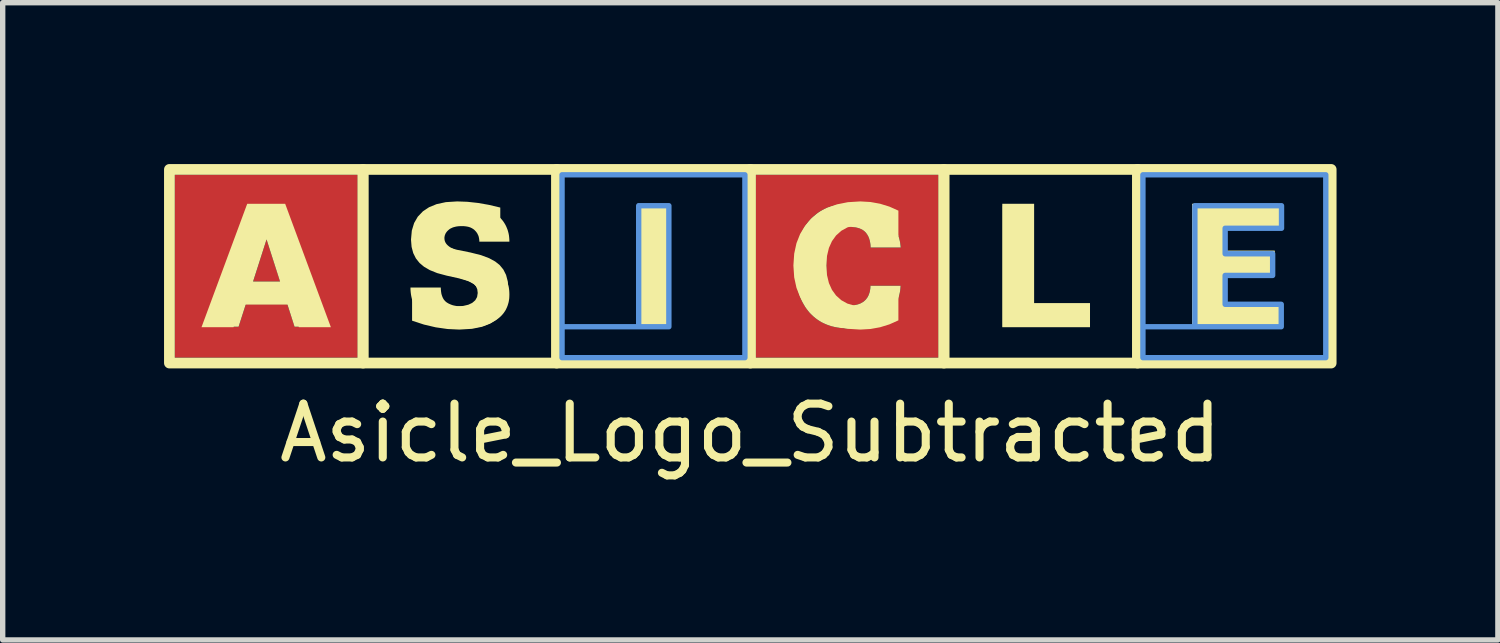
<source format=kicad_pcb>
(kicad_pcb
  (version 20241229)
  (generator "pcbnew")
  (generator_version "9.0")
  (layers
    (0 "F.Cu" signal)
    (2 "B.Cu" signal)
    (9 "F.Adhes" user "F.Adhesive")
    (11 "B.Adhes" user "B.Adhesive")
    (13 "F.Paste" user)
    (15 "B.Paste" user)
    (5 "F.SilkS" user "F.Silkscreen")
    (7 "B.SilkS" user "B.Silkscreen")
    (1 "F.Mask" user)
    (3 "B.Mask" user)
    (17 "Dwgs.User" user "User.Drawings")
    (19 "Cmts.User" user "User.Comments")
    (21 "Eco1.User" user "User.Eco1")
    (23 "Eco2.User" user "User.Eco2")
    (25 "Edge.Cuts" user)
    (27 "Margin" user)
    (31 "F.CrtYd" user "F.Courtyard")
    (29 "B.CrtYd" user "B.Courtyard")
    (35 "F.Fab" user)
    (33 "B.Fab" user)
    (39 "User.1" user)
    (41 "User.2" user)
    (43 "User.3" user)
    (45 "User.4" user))
  (footprint "Asicle_Logo_Subtracted"
    (layer "F.Cu")
    (at 10.9 2)
    (property "Reference" "Asicle_Logo_Subtracted" (at 0 3 0) (layer "F.SilkS") (effects (font (size 1 1) (thickness 0.15))))
    (fp_rect (start -10.8 -1.9) (end 10.8 1.7) (stroke (width 0.05) (type default)) (fill no) (layer "F.Cu"))
    (fp_poly (pts (xy -8.742 0.185) (xy -9.244 0.185) (xy -8.994 -0.598)) (stroke (width 0) (type solid)) (fill yes) (layer "F.Cu"))
    (fp_poly (pts (xy -7.3 1.6) (xy -10.7 1.6) (xy -10.7 1.025) (xy -10.118 1.025) (xy -9.514 1.025) (xy -9.379 0.605) (xy -8.608 0.605) (xy -8.473 1.025) (xy -7.868 1.025) (xy -8.73 -1.225) (xy -9.26 -1.225) (xy -10.118 1.025) (xy -10.7 1.025) (xy -10.7 -1.8) (xy -7.3 -1.8)) (stroke (width 0) (type solid)) (fill yes) (layer "F.Cu"))
    (fp_poly (pts (xy 3.5 1.6) (xy 0.1 1.6) (xy 0.1 -0.014) (xy 0.842 -0.014) (xy 0.844 0.047) (xy 0.848 0.107) (xy 0.853 0.165) (xy 0.861 0.221) (xy 0.871 0.275) (xy 0.882 0.328) (xy 0.896 0.379) (xy 0.912 0.429) (xy 0.929 0.477) (xy 0.949 0.524) (xy 0.97 0.568) (xy 0.994 0.612) (xy 1.019 0.653) (xy 1.047 0.693) (xy 1.076 0.732) (xy 1.108 0.768) (xy 1.141 0.803) (xy 1.176 0.836) (xy 1.212 0.866) (xy 1.25 0.894) (xy 1.29 0.92) (xy 1.331 0.943) (xy 1.374 0.965) (xy 1.418 0.984) (xy 1.464 1.001) (xy 1.512 1.015) (xy 1.561 1.028) (xy 1.612 1.038) (xy 1.664 1.046) (xy 1.718 1.051) (xy 1.774 1.055) (xy 1.831 1.056) (xy 1.884 1.055) (xy 1.936 1.052) (xy 1.986 1.048) (xy 2.035 1.042) (xy 2.083 1.034) (xy 2.13 1.025) (xy 2.175 1.014) (xy 2.219 1.001) (xy 2.261 0.986) (xy 2.302 0.97) (xy 2.342 0.952) (xy 2.38 0.932) (xy 2.417 0.911) (xy 2.453 0.887) (xy 2.487 0.863) (xy 2.52 0.836) (xy 2.551 0.808) (xy 2.581 0.779) (xy 2.608 0.749) (xy 2.634 0.718) (xy 2.658 0.686) (xy 2.68 0.653) (xy 2.7 0.618) (xy 2.718 0.583) (xy 2.734 0.547) (xy 2.748 0.509) (xy 2.761 0.471) (xy 2.772 0.431) (xy 2.78 0.391) (xy 2.787 0.349) (xy 2.792 0.307) (xy 2.795 0.263) (xy 2.235 0.263) (xy 2.232 0.307) (xy 2.229 0.329) (xy 2.226 0.349) (xy 2.222 0.369) (xy 2.217 0.388) (xy 2.212 0.406) (xy 2.205 0.424) (xy 2.198 0.441) (xy 2.19 0.457) (xy 2.182 0.472) (xy 2.173 0.487) (xy 2.163 0.501) (xy 2.152 0.514) (xy 2.14 0.527) (xy 2.128 0.539) (xy 2.115 0.55) (xy 2.101 0.56) (xy 2.087 0.57) (xy 2.072 0.579) (xy 2.056 0.587) (xy 2.039 0.595) (xy 2.021 0.602) (xy 2.003 0.608) (xy 1.984 0.613) (xy 1.964 0.618) (xy 1.944 0.622) (xy 1.923 0.625) (xy 1.878 0.629) (xy 1.831 0.631) (xy 1.803 0.63) (xy 1.775 0.628) (xy 1.749 0.625) (xy 1.737 0.623) (xy 1.725 0.621) (xy 1.712 0.619) (xy 1.701 0.616) (xy 1.689 0.613) (xy 1.678 0.609) (xy 1.667 0.605) (xy 1.656 0.601) (xy 1.645 0.597) (xy 1.635 0.592) (xy 1.625 0.587) (xy 1.616 0.582) (xy 1.606 0.576) (xy 1.597 0.571) (xy 1.588 0.564) (xy 1.579 0.558) (xy 1.571 0.551) (xy 1.563 0.544) (xy 1.555 0.537) (xy 1.547 0.529) (xy 1.54 0.521) (xy 1.533 0.513) (xy 1.526 0.504) (xy 1.519 0.495) (xy 1.513 0.486) (xy 1.507 0.476) (xy 1.496 0.456) (xy 1.485 0.434) (xy 1.475 0.411) (xy 1.466 0.386) (xy 1.457 0.359) (xy 1.45 0.331) (xy 1.443 0.301) (xy 1.436 0.27) (xy 1.431 0.237) (xy 1.426 0.202) (xy 1.422 0.166) (xy 1.418 0.128) (xy 1.416 0.089) (xy 1.414 0.048) (xy 1.413 -0.038) (xy 1.413 -0.176) (xy 1.413 -0.219) (xy 1.415 -0.261) (xy 1.417 -0.301) (xy 1.42 -0.339) (xy 1.423 -0.376) (xy 1.428 -0.412) (xy 1.433 -0.446) (xy 1.439 -0.478) (xy 1.446 -0.509) (xy 1.453 -0.538) (xy 1.462 -0.565) (xy 1.471 -0.591) (xy 1.481 -0.616) (xy 1.491 -0.639) (xy 1.503 -0.66) (xy 1.515 -0.68) (xy 1.528 -0.698) (xy 1.542 -0.716) (xy 1.557 -0.732) (xy 1.572 -0.747) (xy 1.588 -0.76) (xy 1.606 -0.773) (xy 1.624 -0.784) (xy 1.642 -0.794) (xy 1.662 -0.803) (xy 1.683 -0.811) (xy 1.704 -0.818) (xy 1.726 -0.823) (xy 1.749 -0.827) (xy 1.773 -0.83) (xy 1.797 -0.832) (xy 1.823 -0.833) (xy 1.85 -0.832) (xy 1.877 -0.831) (xy 1.902 -0.829) (xy 1.927 -0.827) (xy 1.95 -0.823) (xy 1.972 -0.819) (xy 1.994 -0.814) (xy 2.014 -0.808) (xy 2.033 -0.802) (xy 2.051 -0.795) (xy 2.069 -0.787) (xy 2.085 -0.778) (xy 2.1 -0.769) (xy 2.114 -0.758) (xy 2.127 -0.747) (xy 2.139 -0.735) (xy 2.15 -0.723) (xy 2.161 -0.71) (xy 2.17 -0.696) (xy 2.18 -0.681) (xy 2.188 -0.666) (xy 2.196 -0.649) (xy 2.203 -0.633) (xy 2.21 -0.615) (xy 2.216 -0.597) (xy 2.221 -0.578) (xy 2.225 -0.558) (xy 2.229 -0.537) (xy 2.232 -0.516) (xy 2.235 -0.494) (xy 2.237 -0.472) (xy 2.238 -0.448) (xy 2.799 -0.448) (xy 2.794 -0.492) (xy 2.787 -0.534) (xy 2.779 -0.575) (xy 2.769 -0.616) (xy 2.758 -0.655) (xy 2.745 -0.694) (xy 2.73 -0.732) (xy 2.714 -0.768) (xy 2.696 -0.804) (xy 2.676 -0.839) (xy 2.655 -0.873) (xy 2.632 -0.905) (xy 2.607 -0.937) (xy 2.581 -0.968) (xy 2.553 -0.998) (xy 2.523 -1.027) (xy 2.492 -1.055) (xy 2.459 -1.081) (xy 2.424 -1.106) (xy 2.388 -1.128) (xy 2.35 -1.149) (xy 2.31 -1.168) (xy 2.269 -1.185) (xy 2.226 -1.2) (xy 2.182 -1.214) (xy 2.135 -1.225) (xy 2.088 -1.235) (xy 2.038 -1.243) (xy 1.987 -1.25) (xy 1.934 -1.254) (xy 1.879 -1.257) (xy 1.823 -1.258) (xy 1.823 -1.258) (xy 1.768 -1.257) (xy 1.715 -1.253) (xy 1.663 -1.247) (xy 1.612 -1.239) (xy 1.563 -1.229) (xy 1.515 -1.216) (xy 1.468 -1.201) (xy 1.423 -1.184) (xy 1.379 -1.164) (xy 1.336 -1.142) (xy 1.295 -1.118) (xy 1.255 -1.092) (xy 1.217 -1.063) (xy 1.18 -1.032) (xy 1.144 -0.998) (xy 1.11 -0.962) (xy 1.077 -0.925) (xy 1.047 -0.886) (xy 1.019 -0.845) (xy 0.993 -0.802) (xy 0.969 -0.758) (xy 0.947 -0.712) (xy 0.927 -0.664) (xy 0.909 -0.615) (xy 0.893 -0.564) (xy 0.88 -0.511) (xy 0.868 -0.457) (xy 0.859 -0.401) (xy 0.851 -0.343) (xy 0.846 -0.284) (xy 0.843 -0.223) (xy 0.842 -0.16) (xy 0.842 -0.014) (xy 0.1 -0.014) (xy 0.1 -1.8) (xy 3.5 -1.8)) (stroke (width 0) (type solid)) (fill yes) (layer "F.Cu"))
    (fp_poly (pts (xy 7.1 1.6) (xy 3.7 1.6) (xy 3.7 -1.225) (xy 4.695 -1.225) (xy 4.695 1.025) (xy 6.237 1.025) (xy 6.237 0.608) (xy 5.258 0.608) (xy 5.258 -1.225) (xy 4.695 -1.225) (xy 3.7 -1.225) (xy 3.7 -1.8) (xy 7.1 -1.8)) (stroke (width 0) (type solid)) (fill yes) (layer "F.Mask"))
    (fp_poly (pts (xy 3.5 1.6) (xy 0.1 1.6) (xy 0.1 -0.014) (xy 0.842 -0.014) (xy 0.844 0.047) (xy 0.848 0.107) (xy 0.853 0.165) (xy 0.861 0.221) (xy 0.871 0.275) (xy 0.882 0.328) (xy 0.896 0.379) (xy 0.912 0.429) (xy 0.929 0.477) (xy 0.949 0.524) (xy 0.97 0.568) (xy 0.994 0.612) (xy 1.019 0.653) (xy 1.047 0.693) (xy 1.076 0.732) (xy 1.108 0.768) (xy 1.141 0.803) (xy 1.176 0.836) (xy 1.212 0.866) (xy 1.25 0.894) (xy 1.29 0.92) (xy 1.331 0.943) (xy 1.374 0.965) (xy 1.418 0.984) (xy 1.464 1.001) (xy 1.512 1.015) (xy 1.561 1.028) (xy 1.612 1.038) (xy 1.664 1.046) (xy 1.718 1.051) (xy 1.774 1.055) (xy 1.831 1.056) (xy 1.884 1.055) (xy 1.936 1.052) (xy 1.986 1.048) (xy 2.035 1.042) (xy 2.083 1.034) (xy 2.13 1.025) (xy 2.175 1.014) (xy 2.219 1.001) (xy 2.261 0.986) (xy 2.302 0.97) (xy 2.342 0.952) (xy 2.38 0.932) (xy 2.417 0.911) (xy 2.453 0.887) (xy 2.487 0.863) (xy 2.52 0.836) (xy 2.551 0.808) (xy 2.581 0.779) (xy 2.608 0.749) (xy 2.634 0.718) (xy 2.658 0.686) (xy 2.68 0.653) (xy 2.7 0.618) (xy 2.718 0.583) (xy 2.734 0.547) (xy 2.748 0.509) (xy 2.761 0.471) (xy 2.772 0.431) (xy 2.78 0.391) (xy 2.787 0.349) (xy 2.792 0.307) (xy 2.795 0.263) (xy 2.235 0.263) (xy 2.232 0.307) (xy 2.229 0.329) (xy 2.226 0.349) (xy 2.222 0.369) (xy 2.217 0.388) (xy 2.212 0.406) (xy 2.205 0.424) (xy 2.198 0.441) (xy 2.19 0.457) (xy 2.182 0.472) (xy 2.173 0.487) (xy 2.163 0.501) (xy 2.152 0.514) (xy 2.14 0.527) (xy 2.128 0.539) (xy 2.115 0.55) (xy 2.101 0.56) (xy 2.087 0.57) (xy 2.072 0.579) (xy 2.056 0.587) (xy 2.039 0.595) (xy 2.021 0.602) (xy 2.003 0.608) (xy 1.984 0.613) (xy 1.964 0.618) (xy 1.944 0.622) (xy 1.923 0.625) (xy 1.878 0.629) (xy 1.831 0.631) (xy 1.803 0.63) (xy 1.775 0.628) (xy 1.749 0.625) (xy 1.737 0.623) (xy 1.725 0.621) (xy 1.712 0.619) (xy 1.701 0.616) (xy 1.689 0.613) (xy 1.678 0.609) (xy 1.667 0.605) (xy 1.656 0.601) (xy 1.645 0.597) (xy 1.635 0.592) (xy 1.625 0.587) (xy 1.616 0.582) (xy 1.606 0.576) (xy 1.597 0.571) (xy 1.588 0.564) (xy 1.579 0.558) (xy 1.571 0.551) (xy 1.563 0.544) (xy 1.555 0.537) (xy 1.547 0.529) (xy 1.54 0.521) (xy 1.533 0.513) (xy 1.526 0.504) (xy 1.519 0.495) (xy 1.513 0.486) (xy 1.507 0.476) (xy 1.496 0.456) (xy 1.485 0.434) (xy 1.475 0.411) (xy 1.466 0.386) (xy 1.457 0.359) (xy 1.45 0.331) (xy 1.443 0.301) (xy 1.436 0.27) (xy 1.431 0.237) (xy 1.426 0.202) (xy 1.422 0.166) (xy 1.418 0.128) (xy 1.416 0.089) (xy 1.414 0.048) (xy 1.413 -0.038) (xy 1.413 -0.176) (xy 1.413 -0.219) (xy 1.415 -0.261) (xy 1.417 -0.301) (xy 1.42 -0.339) (xy 1.423 -0.376) (xy 1.428 -0.412) (xy 1.433 -0.446) (xy 1.439 -0.478) (xy 1.446 -0.509) (xy 1.453 -0.538) (xy 1.462 -0.565) (xy 1.471 -0.591) (xy 1.481 -0.616) (xy 1.491 -0.639) (xy 1.503 -0.66) (xy 1.515 -0.68) (xy 1.528 -0.698) (xy 1.542 -0.716) (xy 1.557 -0.732) (xy 1.572 -0.747) (xy 1.588 -0.76) (xy 1.606 -0.773) (xy 1.624 -0.784) (xy 1.642 -0.794) (xy 1.662 -0.803) (xy 1.683 -0.811) (xy 1.704 -0.818) (xy 1.726 -0.823) (xy 1.749 -0.827) (xy 1.773 -0.83) (xy 1.797 -0.832) (xy 1.823 -0.833) (xy 1.85 -0.832) (xy 1.877 -0.831) (xy 1.902 -0.829) (xy 1.927 -0.827) (xy 1.95 -0.823) (xy 1.972 -0.819) (xy 1.994 -0.814) (xy 2.014 -0.808) (xy 2.033 -0.802) (xy 2.051 -0.795) (xy 2.069 -0.787) (xy 2.085 -0.778) (xy 2.1 -0.769) (xy 2.114 -0.758) (xy 2.127 -0.747) (xy 2.139 -0.735) (xy 2.15 -0.723) (xy 2.161 -0.71) (xy 2.17 -0.696) (xy 2.18 -0.681) (xy 2.188 -0.666) (xy 2.196 -0.649) (xy 2.203 -0.633) (xy 2.21 -0.615) (xy 2.216 -0.597) (xy 2.221 -0.578) (xy 2.225 -0.558) (xy 2.229 -0.537) (xy 2.232 -0.516) (xy 2.235 -0.494) (xy 2.237 -0.472) (xy 2.238 -0.448) (xy 2.799 -0.448) (xy 2.794 -0.492) (xy 2.787 -0.534) (xy 2.779 -0.575) (xy 2.769 -0.616) (xy 2.758 -0.655) (xy 2.745 -0.694) (xy 2.73 -0.732) (xy 2.714 -0.768) (xy 2.696 -0.804) (xy 2.676 -0.839) (xy 2.655 -0.873) (xy 2.632 -0.905) (xy 2.607 -0.937) (xy 2.581 -0.968) (xy 2.553 -0.998) (xy 2.523 -1.027) (xy 2.492 -1.055) (xy 2.459 -1.081) (xy 2.424 -1.106) (xy 2.388 -1.128) (xy 2.35 -1.149) (xy 2.31 -1.168) (xy 2.269 -1.185) (xy 2.226 -1.2) (xy 2.182 -1.214) (xy 2.135 -1.225) (xy 2.088 -1.235) (xy 2.038 -1.243) (xy 1.987 -1.25) (xy 1.934 -1.254) (xy 1.879 -1.257) (xy 1.823 -1.258) (xy 1.823 -1.258) (xy 1.768 -1.257) (xy 1.715 -1.253) (xy 1.663 -1.247) (xy 1.612 -1.239) (xy 1.563 -1.229) (xy 1.515 -1.216) (xy 1.468 -1.201) (xy 1.423 -1.184) (xy 1.379 -1.164) (xy 1.336 -1.142) (xy 1.295 -1.118) (xy 1.255 -1.092) (xy 1.217 -1.063) (xy 1.18 -1.032) (xy 1.144 -0.998) (xy 1.11 -0.962) (xy 1.077 -0.925) (xy 1.047 -0.886) (xy 1.019 -0.845) (xy 0.993 -0.802) (xy 0.969 -0.758) (xy 0.947 -0.712) (xy 0.927 -0.664) (xy 0.909 -0.615) (xy 0.893 -0.564) (xy 0.88 -0.511) (xy 0.868 -0.457) (xy 0.859 -0.401) (xy 0.851 -0.343) (xy 0.846 -0.284) (xy 0.843 -0.223) (xy 0.842 -0.16) (xy 0.842 -0.014) (xy 0.1 -0.014) (xy 0.1 -1.8) (xy 3.5 -1.8)) (stroke (width 0) (type solid)) (fill yes) (layer "F.Mask"))
    (fp_poly (pts (xy -3.7 1.6) (xy -7.1 1.6) (xy -7.1 0.296) (xy -6.318 0.296) (xy -6.318 0.329) (xy -6.316 0.361) (xy -6.313 0.392) (xy -6.309 0.422) (xy -6.304 0.452) (xy -6.298 0.481) (xy -6.291 0.51) (xy -6.282 0.537) (xy -6.273 0.564) (xy -6.262 0.59) (xy -6.25 0.615) (xy -6.237 0.639) (xy -6.223 0.663) (xy -6.208 0.686) (xy -6.191 0.708) (xy -6.174 0.73) (xy -6.156 0.75) (xy -6.137 0.77) (xy -6.117 0.79) (xy -6.097 0.808) (xy -6.076 0.826) (xy -6.054 0.844) (xy -6.032 0.86) (xy -6.01 0.876) (xy -5.986 0.891) (xy -5.962 0.906) (xy -5.937 0.919) (xy -5.912 0.932) (xy -5.886 0.945) (xy -5.86 0.956) (xy -5.833 0.967) (xy -5.805 0.977) (xy -5.749 0.996) (xy -5.692 1.012) (xy -5.635 1.025) (xy -5.577 1.036) (xy -5.518 1.045) (xy -5.46 1.051) (xy -5.4 1.055) (xy -5.34 1.056) (xy -5.292 1.055) (xy -5.245 1.053) (xy -5.199 1.05) (xy -5.155 1.046) (xy -5.111 1.04) (xy -5.069 1.033) (xy -5.028 1.024) (xy -4.988 1.015) (xy -4.95 1.004) (xy -4.913 0.992) (xy -4.876 0.978) (xy -4.842 0.964) (xy -4.808 0.948) (xy -4.775 0.93) (xy -4.744 0.912) (xy -4.714 0.892) (xy -4.686 0.871) (xy -4.659 0.849) (xy -4.634 0.826) (xy -4.611 0.801) (xy -4.59 0.776) (xy -4.571 0.749) (xy -4.553 0.722) (xy -4.537 0.693) (xy -4.524 0.663) (xy -4.512 0.632) (xy -4.501 0.6) (xy -4.493 0.567) (xy -4.487 0.533) (xy -4.482 0.498) (xy -4.479 0.461) (xy -4.478 0.424) (xy -4.479 0.389) (xy -4.482 0.355) (xy -4.486 0.321) (xy -4.491 0.289) (xy -4.498 0.257) (xy -4.507 0.226) (xy -4.518 0.197) (xy -4.53 0.168) (xy -4.543 0.14) (xy -4.559 0.113) (xy -4.575 0.086) (xy -4.594 0.061) (xy -4.614 0.036) (xy -4.636 0.013) (xy -4.659 -0.01) (xy -4.684 -0.032) (xy -4.71 -0.053) (xy -4.737 -0.074) (xy -4.766 -0.095) (xy -4.796 -0.115) (xy -4.827 -0.134) (xy -4.86 -0.153) (xy -4.894 -0.172) (xy -4.929 -0.19) (xy -4.966 -0.208) (xy -5.004 -0.225) (xy -5.043 -0.242) (xy -5.083 -0.258) (xy -5.125 -0.274) (xy -5.168 -0.29) (xy -5.259 -0.319) (xy -5.308 -0.335) (xy -5.354 -0.351) (xy -5.397 -0.367) (xy -5.438 -0.383) (xy -5.475 -0.399) (xy -5.511 -0.416) (xy -5.543 -0.433) (xy -5.558 -0.441) (xy -5.573 -0.449) (xy -5.587 -0.458) (xy -5.6 -0.467) (xy -5.612 -0.477) (xy -5.623 -0.486) (xy -5.633 -0.496) (xy -5.642 -0.506) (xy -5.651 -0.516) (xy -5.658 -0.527) (xy -5.665 -0.538) (xy -5.671 -0.549) (xy -5.676 -0.56) (xy -5.68 -0.571) (xy -5.683 -0.583) (xy -5.685 -0.595) (xy -5.686 -0.607) (xy -5.687 -0.619) (xy -5.686 -0.631) (xy -5.685 -0.642) (xy -5.684 -0.653) (xy -5.682 -0.664) (xy -5.679 -0.675) (xy -5.675 -0.685) (xy -5.671 -0.696) (xy -5.666 -0.706) (xy -5.661 -0.715) (xy -5.655 -0.725) (xy -5.648 -0.735) (xy -5.641 -0.744) (xy -5.633 -0.753) (xy -5.624 -0.762) (xy -5.615 -0.77) (xy -5.605 -0.779) (xy -5.594 -0.787) (xy -5.583 -0.795) (xy -5.572 -0.802) (xy -5.559 -0.808) (xy -5.546 -0.814) (xy -5.533 -0.82) (xy -5.518 -0.825) (xy -5.503 -0.83) (xy -5.488 -0.833) (xy -5.472 -0.837) (xy -5.455 -0.84) (xy -5.438 -0.842) (xy -5.42 -0.844) (xy -5.401 -0.845) (xy -5.382 -0.846) (xy -5.363 -0.846) (xy -5.343 -0.846) (xy -5.323 -0.845) (xy -5.304 -0.844) (xy -5.286 -0.841) (xy -5.269 -0.838) (xy -5.252 -0.835) (xy -5.236 -0.831) (xy -5.22 -0.826) (xy -5.205 -0.821) (xy -5.191 -0.815) (xy -5.177 -0.808) (xy -5.164 -0.801) (xy -5.152 -0.793) (xy -5.141 -0.784) (xy -5.13 -0.775) (xy -5.119 -0.765) (xy -5.109 -0.754) (xy -5.1 -0.744) (xy -5.091 -0.733) (xy -5.083 -0.722) (xy -5.076 -0.71) (xy -5.069 -0.698) (xy -5.063 -0.685) (xy -5.058 -0.673) (xy -5.053 -0.66) (xy -5.049 -0.646) (xy -5.046 -0.632) (xy -5.043 -0.618) (xy -5.04 -0.603) (xy -5.039 -0.588) (xy -5.038 -0.573) (xy -5.038 -0.557) (xy -4.478 -0.557) (xy -4.479 -0.597) (xy -4.482 -0.635) (xy -4.487 -0.672) (xy -4.494 -0.709) (xy -4.502 -0.744) (xy -4.513 -0.778) (xy -4.525 -0.812) (xy -4.54 -0.844) (xy -4.556 -0.875) (xy -4.574 -0.905) (xy -4.594 -0.935) (xy -4.616 -0.963) (xy -4.64 -0.99) (xy -4.666 -1.016) (xy -4.694 -1.042) (xy -4.723 -1.066) (xy -4.754 -1.089) (xy -4.786 -1.111) (xy -4.82 -1.131) (xy -4.854 -1.149) (xy -4.889 -1.166) (xy -4.926 -1.182) (xy -4.963 -1.196) (xy -5.002 -1.209) (xy -5.042 -1.22) (xy -5.083 -1.229) (xy -5.124 -1.238) (xy -5.167 -1.244) (xy -5.211 -1.249) (xy -5.257 -1.253) (xy -5.303 -1.255) (xy -5.35 -1.256) (xy -5.35 -1.256) (xy -5.398 -1.255) (xy -5.445 -1.253) (xy -5.491 -1.25) (xy -5.536 -1.245) (xy -5.58 -1.239) (xy -5.622 -1.232) (xy -5.664 -1.223) (xy -5.705 -1.213) (xy -5.744 -1.202) (xy -5.783 -1.189) (xy -5.82 -1.175) (xy -5.857 -1.16) (xy -5.892 -1.143) (xy -5.927 -1.125) (xy -5.96 -1.105) (xy -5.993 -1.085) (xy -6.023 -1.063) (xy -6.052 -1.04) (xy -6.079 -1.016) (xy -6.104 -0.991) (xy -6.127 -0.966) (xy -6.148 -0.939) (xy -6.167 -0.912) (xy -6.184 -0.884) (xy -6.199 -0.854) (xy -6.212 -0.824) (xy -6.222 -0.793) (xy -6.231 -0.761) (xy -6.238 -0.728) (xy -6.243 -0.695) (xy -6.246 -0.66) (xy -6.247 -0.624) (xy -6.247 -0.601) (xy -6.246 -0.579) (xy -6.244 -0.557) (xy -6.242 -0.536) (xy -6.238 -0.514) (xy -6.234 -0.494) (xy -6.23 -0.473) (xy -6.224 -0.454) (xy -6.218 -0.434) (xy -6.211 -0.415) (xy -6.203 -0.396) (xy -6.195 -0.378) (xy -6.186 -0.361) (xy -6.176 -0.343) (xy -6.166 -0.326) (xy -6.154 -0.31) (xy -6.142 -0.294) (xy -6.129 -0.278) (xy -6.116 -0.262) (xy -6.102 -0.247) (xy -6.087 -0.232) (xy -6.072 -0.217) (xy -6.056 -0.202) (xy -6.04 -0.188) (xy -6.023 -0.174) (xy -6.005 -0.16) (xy -5.986 -0.146) (xy -5.967 -0.133) (xy -5.948 -0.12) (xy -5.928 -0.107) (xy -5.907 -0.094) (xy -5.885 -0.082) (xy -5.84 -0.057) (xy -5.792 -0.034) (xy -5.741 -0.01) (xy -5.688 0.012) (xy -5.633 0.035) (xy -5.575 0.057) (xy -5.514 0.078) (xy -5.451 0.099) (xy -5.419 0.11) (xy -5.389 0.12) (xy -5.361 0.13) (xy -5.333 0.139) (xy -5.308 0.149) (xy -5.283 0.159) (xy -5.26 0.169) (xy -5.239 0.178) (xy -5.219 0.188) (xy -5.2 0.197) (xy -5.183 0.206) (xy -5.167 0.215) (xy -5.152 0.224) (xy -5.139 0.233) (xy -5.128 0.242) (xy -5.118 0.251) (xy -5.108 0.26) (xy -5.1 0.269) (xy -5.092 0.278) (xy -5.084 0.288) (xy -5.077 0.298) (xy -5.071 0.308) (xy -5.065 0.319) (xy -5.06 0.33) (xy -5.055 0.341) (xy -5.052 0.352) (xy -5.048 0.364) (xy -5.046 0.376) (xy -5.043 0.388) (xy -5.042 0.401) (xy -5.041 0.414) (xy -5.041 0.427) (xy -5.041 0.438) (xy -5.042 0.449) (xy -5.043 0.46) (xy -5.045 0.471) (xy -5.048 0.481) (xy -5.051 0.492) (xy -5.054 0.502) (xy -5.058 0.512) (xy -5.063 0.521) (xy -5.068 0.531) (xy -5.074 0.54) (xy -5.081 0.549) (xy -5.088 0.558) (xy -5.095 0.566) (xy -5.103 0.575) (xy -5.111 0.583) (xy -5.12 0.591) (xy -5.13 0.598) (xy -5.141 0.605) (xy -5.152 0.611) (xy -5.163 0.617) (xy -5.176 0.623) (xy -5.189 0.627) (xy -5.203 0.632) (xy -5.218 0.636) (xy -5.233 0.639) (xy -5.249 0.642) (xy -5.266 0.644) (xy -5.284 0.646) (xy -5.302 0.647) (xy -5.321 0.648) (xy -5.34 0.648) (xy -5.365 0.648) (xy -5.389 0.647) (xy -5.412 0.645) (xy -5.434 0.643) (xy -5.456 0.641) (xy -5.477 0.637) (xy -5.497 0.633) (xy -5.516 0.629) (xy -5.535 0.624) (xy -5.553 0.618) (xy -5.57 0.611) (xy -5.587 0.604) (xy -5.603 0.597) (xy -5.618 0.589) (xy -5.633 0.58) (xy -5.646 0.571) (xy -5.659 0.56) (xy -5.672 0.549) (xy -5.683 0.537) (xy -5.693 0.524) (xy -5.703 0.511) (xy -5.712 0.496) (xy -5.72 0.48) (xy -5.727 0.463) (xy -5.733 0.446) (xy -5.739 0.427) (xy -5.743 0.408) (xy -5.747 0.387) (xy -5.75 0.366) (xy -5.752 0.343) (xy -5.753 0.32) (xy -5.754 0.296) (xy -6.318 0.296) (xy -7.1 0.296) (xy -7.1 -1.8) (xy -3.7 -1.8)) (stroke (width 0) (type solid)) (fill yes) (layer "F.Mask"))
    (fp_rect (start -10.8 -1.9) (end -7.2 1.7) (stroke (width 0.2) (type default)) (fill no) (layer "F.SilkS"))
    (fp_rect (start -7.2 -1.9) (end -3.6 1.7) (stroke (width 0.2) (type default)) (fill no) (layer "F.SilkS"))
    (fp_rect (start -3.6 -1.9) (end 0 1.7) (stroke (width 0.2) (type default)) (fill no) (layer "F.SilkS"))
    (fp_rect (start 0 -1.9) (end 3.6 1.7) (stroke (width 0.2) (type default)) (fill no) (layer "F.SilkS"))
    (fp_rect (start 3.6 -1.9) (end 7.2 1.7) (stroke (width 0.2) (type default)) (fill no) (layer "F.SilkS"))
    (fp_rect (start 7.2 -1.9) (end 10.8 1.7) (stroke (width 0.2) (type default)) (fill no) (layer "F.SilkS"))
    (fp_poly (pts (xy -1.514 1.025) (xy -2.075 1.025) (xy -2.075 -1.225) (xy -1.514 -1.225)) (stroke (width 0) (type solid)) (fill yes) (layer "F.SilkS"))
    (fp_poly (pts (xy 5.257 0.608) (xy 6.237 0.608) (xy 6.237 1.025) (xy 4.695 1.025) (xy 4.695 -1.225) (xy 5.257 -1.225)) (stroke (width 0) (type solid)) (fill yes) (layer "F.SilkS"))
    (fp_poly (pts (xy 9.877 -0.806) (xy 8.828 -0.806) (xy 8.828 -0.332) (xy 9.711 -0.332) (xy 9.711 0.071) (xy 8.828 0.071) (xy 8.828 0.608) (xy 9.872 0.608) (xy 9.872 1.025) (xy 8.266 1.025) (xy 8.266 -1.225) (xy 9.877 -1.225)) (stroke (width 0) (type solid)) (fill yes) (layer "F.SilkS"))
    (fp_poly (pts (xy -7.868 1.025) (xy -8.474 1.025) (xy -8.608 0.605) (xy -9.379 0.605) (xy -9.514 1.025) (xy -10.118 1.025) (xy -9.798 0.186) (xy -9.245 0.186) (xy -8.743 0.186) (xy -8.994 -0.598) (xy -9.245 0.186) (xy -9.798 0.186) (xy -9.261 -1.225) (xy -8.73 -1.225)) (stroke (width 0) (type solid)) (fill yes) (layer "F.SilkS"))
    (fp_poly (pts (xy 1.879 -1.257) (xy 1.933 -1.254) (xy 1.986 -1.25) (xy 2.038 -1.243) (xy 2.087 -1.235) (xy 2.135 -1.225) (xy 2.181 -1.214) (xy 2.226 -1.2) (xy 2.269 -1.185) (xy 2.31 -1.168) (xy 2.35 -1.149) (xy 2.388 -1.128) (xy 2.424 -1.105) (xy 2.459 -1.081) (xy 2.492 -1.055) (xy 2.523 -1.027) (xy 2.552 -0.998) (xy 2.58 -0.968) (xy 2.607 -0.937) (xy 2.631 -0.905) (xy 2.654 -0.872) (xy 2.676 -0.839) (xy 2.695 -0.804) (xy 2.713 -0.768) (xy 2.73 -0.731) (xy 2.745 -0.694) (xy 2.758 -0.655) (xy 2.769 -0.616) (xy 2.779 -0.575) (xy 2.787 -0.534) (xy 2.793 -0.491) (xy 2.798 -0.448) (xy 2.238 -0.448) (xy 2.236 -0.471) (xy 2.235 -0.494) (xy 2.232 -0.516) (xy 2.229 -0.537) (xy 2.225 -0.558) (xy 2.221 -0.577) (xy 2.215 -0.596) (xy 2.21 -0.615) (xy 2.203 -0.632) (xy 2.196 -0.649) (xy 2.188 -0.665) (xy 2.179 -0.681) (xy 2.17 -0.695) (xy 2.16 -0.709) (xy 2.15 -0.723) (xy 2.138 -0.735) (xy 2.126 -0.747) (xy 2.113 -0.758) (xy 2.099 -0.768) (xy 2.084 -0.778) (xy 2.068 -0.787) (xy 2.051 -0.794) (xy 2.033 -0.802) (xy 2.014 -0.808) (xy 1.993 -0.814) (xy 1.972 -0.819) (xy 1.95 -0.823) (xy 1.926 -0.826) (xy 1.902 -0.829) (xy 1.877 -0.831) (xy 1.85 -0.832) (xy 1.823 -0.832) (xy 1.797 -0.832) (xy 1.773 -0.83) (xy 1.749 -0.827) (xy 1.726 -0.823) (xy 1.704 -0.817) (xy 1.693 -0.814) (xy 1.682 -0.811) (xy 1.672 -0.807) (xy 1.662 -0.803) (xy 1.652 -0.799) (xy 1.642 -0.794) (xy 1.633 -0.789) (xy 1.623 -0.784) (xy 1.614 -0.778) (xy 1.605 -0.773) (xy 1.597 -0.766) (xy 1.588 -0.76) (xy 1.58 -0.753) (xy 1.572 -0.746) (xy 1.564 -0.739) (xy 1.556 -0.731) (xy 1.549 -0.723) (xy 1.542 -0.715) (xy 1.534 -0.707) (xy 1.528 -0.698) (xy 1.521 -0.689) (xy 1.515 -0.679) (xy 1.502 -0.66) (xy 1.491 -0.638) (xy 1.48 -0.616) (xy 1.47 -0.591) (xy 1.461 -0.565) (xy 1.453 -0.538) (xy 1.445 -0.508) (xy 1.439 -0.478) (xy 1.433 -0.445) (xy 1.427 -0.412) (xy 1.423 -0.376) (xy 1.419 -0.339) (xy 1.416 -0.301) (xy 1.414 -0.261) (xy 1.412 -0.176) (xy 1.412 -0.038) (xy 1.413 0.006) (xy 1.414 0.048) (xy 1.416 0.089) (xy 1.418 0.129) (xy 1.422 0.166) (xy 1.426 0.202) (xy 1.43 0.237) (xy 1.436 0.27) (xy 1.442 0.301) (xy 1.449 0.331) (xy 1.457 0.359) (xy 1.466 0.386) (xy 1.475 0.411) (xy 1.485 0.434) (xy 1.495 0.456) (xy 1.507 0.477) (xy 1.519 0.495) (xy 1.533 0.513) (xy 1.547 0.529) (xy 1.563 0.544) (xy 1.579 0.558) (xy 1.597 0.571) (xy 1.615 0.582) (xy 1.635 0.592) (xy 1.656 0.602) (xy 1.677 0.609) (xy 1.7 0.616) (xy 1.724 0.621) (xy 1.749 0.626) (xy 1.775 0.629) (xy 1.802 0.631) (xy 1.83 0.631) (xy 1.855 0.631) (xy 1.878 0.63) (xy 1.901 0.628) (xy 1.923 0.625) (xy 1.944 0.622) (xy 1.964 0.618) (xy 1.984 0.613) (xy 2.003 0.608) (xy 2.021 0.602) (xy 2.039 0.595) (xy 2.055 0.588) (xy 2.071 0.579) (xy 2.087 0.57) (xy 2.101 0.561) (xy 2.115 0.55) (xy 2.128 0.539) (xy 2.14 0.527) (xy 2.152 0.515) (xy 2.162 0.501) (xy 2.172 0.487) (xy 2.182 0.473) (xy 2.19 0.457) (xy 2.198 0.441) (xy 2.205 0.424) (xy 2.211 0.406) (xy 2.217 0.388) (xy 2.222 0.369) (xy 2.226 0.349) (xy 2.229 0.329) (xy 2.232 0.308) (xy 2.233 0.286) (xy 2.234 0.263) (xy 2.795 0.263) (xy 2.792 0.307) (xy 2.787 0.35) (xy 2.78 0.391) (xy 2.771 0.432) (xy 2.761 0.471) (xy 2.748 0.51) (xy 2.734 0.547) (xy 2.718 0.583) (xy 2.699 0.619) (xy 2.679 0.653) (xy 2.657 0.686) (xy 2.634 0.718) (xy 2.608 0.749) (xy 2.58 0.779) (xy 2.551 0.808) (xy 2.52 0.836) (xy 2.487 0.863) (xy 2.453 0.888) (xy 2.417 0.911) (xy 2.38 0.932) (xy 2.342 0.952) (xy 2.302 0.97) (xy 2.261 0.986) (xy 2.218 1.001) (xy 2.175 1.014) (xy 2.129 1.025) (xy 2.083 1.034) (xy 2.035 1.042) (xy 1.986 1.048) (xy 1.935 1.052) (xy 1.884 1.055) (xy 1.83 1.056) (xy 1.773 1.055) (xy 1.718 1.051) (xy 1.664 1.046) (xy 1.611 1.038) (xy 1.561 1.028) (xy 1.512 1.016) (xy 1.464 1.001) (xy 1.418 0.984) (xy 1.374 0.965) (xy 1.331 0.944) (xy 1.29 0.92) (xy 1.25 0.894) (xy 1.212 0.866) (xy 1.176 0.836) (xy 1.141 0.803) (xy 1.107 0.769) (xy 1.076 0.732) (xy 1.046 0.693) (xy 1.019 0.654) (xy 0.994 0.612) (xy 0.97 0.569) (xy 0.948 0.524) (xy 0.929 0.477) (xy 0.911 0.429) (xy 0.896 0.38) (xy 0.882 0.328) (xy 0.87 0.276) (xy 0.861 0.221) (xy 0.853 0.165) (xy 0.847 0.107) (xy 0.844 0.048) (xy 0.842 -0.013) (xy 0.842 -0.16) (xy 0.843 -0.223) (xy 0.846 -0.284) (xy 0.851 -0.343) (xy 0.859 -0.401) (xy 0.868 -0.457) (xy 0.879 -0.511) (xy 0.893 -0.564) (xy 0.909 -0.615) (xy 0.927 -0.664) (xy 0.946 -0.712) (xy 0.968 -0.758) (xy 0.992 -0.802) (xy 1.019 -0.844) (xy 1.047 -0.885) (xy 1.077 -0.925) (xy 1.109 -0.962) (xy 1.144 -0.998) (xy 1.18 -1.031) (xy 1.217 -1.062) (xy 1.255 -1.091) (xy 1.295 -1.118) (xy 1.336 -1.142) (xy 1.378 -1.164) (xy 1.422 -1.184) (xy 1.468 -1.201) (xy 1.514 -1.216) (xy 1.562 -1.229) (xy 1.612 -1.239) (xy 1.662 -1.247) (xy 1.714 -1.253) (xy 1.768 -1.257) (xy 1.823 -1.258) (xy 1.823 -1.258)) (stroke (width 0) (type solid)) (fill yes) (layer "F.SilkS"))
    (fp_poly (pts (xy -5.303 -1.255) (xy -5.257 -1.253) (xy -5.212 -1.249) (xy -5.168 -1.244) (xy -5.125 -1.238) (xy -5.083 -1.229) (xy -5.042 -1.22) (xy -5.002 -1.209) (xy -4.964 -1.196) (xy -4.926 -1.182) (xy -4.89 -1.166) (xy -4.854 -1.149) (xy -4.82 -1.131) (xy -4.787 -1.11) (xy -4.755 -1.089) (xy -4.724 -1.066) (xy -4.694 -1.042) (xy -4.666 -1.016) (xy -4.64 -0.99) (xy -4.616 -0.963) (xy -4.594 -0.935) (xy -4.574 -0.905) (xy -4.556 -0.875) (xy -4.54 -0.844) (xy -4.526 -0.811) (xy -4.513 -0.778) (xy -4.503 -0.744) (xy -4.494 -0.709) (xy -4.487 -0.672) (xy -4.483 -0.635) (xy -4.48 -0.597) (xy -4.479 -0.557) (xy -5.038 -0.557) (xy -5.038 -0.573) (xy -5.039 -0.588) (xy -5.041 -0.603) (xy -5.043 -0.618) (xy -5.046 -0.632) (xy -5.049 -0.646) (xy -5.053 -0.66) (xy -5.058 -0.673) (xy -5.064 -0.685) (xy -5.07 -0.698) (xy -5.076 -0.71) (xy -5.084 -0.722) (xy -5.092 -0.733) (xy -5.1 -0.744) (xy -5.11 -0.754) (xy -5.12 -0.765) (xy -5.13 -0.775) (xy -5.141 -0.784) (xy -5.152 -0.792) (xy -5.165 -0.8) (xy -5.178 -0.808) (xy -5.191 -0.814) (xy -5.205 -0.821) (xy -5.22 -0.826) (xy -5.236 -0.831) (xy -5.252 -0.835) (xy -5.269 -0.838) (xy -5.286 -0.841) (xy -5.305 -0.843) (xy -5.323 -0.845) (xy -5.343 -0.846) (xy -5.363 -0.846) (xy -5.383 -0.846) (xy -5.402 -0.845) (xy -5.42 -0.844) (xy -5.438 -0.842) (xy -5.455 -0.84) (xy -5.472 -0.837) (xy -5.488 -0.833) (xy -5.504 -0.829) (xy -5.519 -0.825) (xy -5.533 -0.82) (xy -5.546 -0.814) (xy -5.559 -0.808) (xy -5.572 -0.802) (xy -5.584 -0.795) (xy -5.595 -0.787) (xy -5.605 -0.779) (xy -5.615 -0.77) (xy -5.624 -0.762) (xy -5.633 -0.753) (xy -5.641 -0.744) (xy -5.648 -0.735) (xy -5.655 -0.725) (xy -5.661 -0.715) (xy -5.667 -0.706) (xy -5.671 -0.696) (xy -5.675 -0.685) (xy -5.679 -0.675) (xy -5.682 -0.664) (xy -5.684 -0.653) (xy -5.686 -0.642) (xy -5.687 -0.631) (xy -5.687 -0.619) (xy -5.686 -0.607) (xy -5.685 -0.595) (xy -5.684 -0.589) (xy -5.683 -0.583) (xy -5.681 -0.577) (xy -5.68 -0.571) (xy -5.678 -0.565) (xy -5.676 -0.56) (xy -5.673 -0.554) (xy -5.671 -0.548) (xy -5.665 -0.537) (xy -5.659 -0.527) (xy -5.651 -0.516) (xy -5.643 -0.506) (xy -5.633 -0.496) (xy -5.623 -0.486) (xy -5.612 -0.477) (xy -5.6 -0.467) (xy -5.587 -0.458) (xy -5.573 -0.449) (xy -5.543 -0.433) (xy -5.511 -0.416) (xy -5.476 -0.399) (xy -5.438 -0.383) (xy -5.397 -0.367) (xy -5.354 -0.351) (xy -5.308 -0.335) (xy -5.259 -0.319) (xy -5.213 -0.305) (xy -5.169 -0.29) (xy -5.126 -0.274) (xy -5.084 -0.258) (xy -5.043 -0.242) (xy -5.004 -0.225) (xy -4.966 -0.208) (xy -4.929 -0.19) (xy -4.894 -0.172) (xy -4.86 -0.153) (xy -4.827 -0.134) (xy -4.796 -0.115) (xy -4.766 -0.095) (xy -4.737 -0.074) (xy -4.71 -0.053) (xy -4.684 -0.032) (xy -4.659 -0.01) (xy -4.636 0.013) (xy -4.614 0.036) (xy -4.594 0.061) (xy -4.576 0.086) (xy -4.559 0.113) (xy -4.544 0.14) (xy -4.53 0.168) (xy -4.518 0.197) (xy -4.508 0.227) (xy -4.499 0.257) (xy -4.492 0.289) (xy -4.486 0.321) (xy -4.482 0.355) (xy -4.48 0.389) (xy -4.479 0.424) (xy -4.48 0.461) (xy -4.482 0.498) (xy -4.487 0.533) (xy -4.493 0.567) (xy -4.502 0.6) (xy -4.512 0.632) (xy -4.524 0.663) (xy -4.531 0.678) (xy -4.538 0.693) (xy -4.545 0.708) (xy -4.553 0.722) (xy -4.562 0.736) (xy -4.571 0.749) (xy -4.58 0.763) (xy -4.59 0.776) (xy -4.611 0.801) (xy -4.634 0.826) (xy -4.659 0.849) (xy -4.686 0.871) (xy -4.714 0.892) (xy -4.744 0.912) (xy -4.776 0.93) (xy -4.808 0.948) (xy -4.842 0.964) (xy -4.877 0.978) (xy -4.913 0.992) (xy -4.95 1.004) (xy -4.989 1.015) (xy -5.028 1.025) (xy -5.069 1.033) (xy -5.112 1.04) (xy -5.155 1.046) (xy -5.2 1.05) (xy -5.245 1.053) (xy -5.292 1.055) (xy -5.341 1.056) (xy -5.371 1.056) (xy -5.401 1.055) (xy -5.43 1.053) (xy -5.46 1.051) (xy -5.489 1.048) (xy -5.519 1.045) (xy -5.548 1.041) (xy -5.577 1.036) (xy -5.606 1.031) (xy -5.635 1.025) (xy -5.663 1.019) (xy -5.692 1.012) (xy -5.721 1.004) (xy -5.749 0.996) (xy -5.777 0.987) (xy -5.805 0.977) (xy -5.833 0.967) (xy -5.86 0.956) (xy -5.887 0.945) (xy -5.912 0.932) (xy -5.938 0.919) (xy -5.962 0.906) (xy -5.986 0.891) (xy -6.01 0.876) (xy -6.033 0.86) (xy -6.055 0.844) (xy -6.076 0.826) (xy -6.097 0.808) (xy -6.117 0.79) (xy -6.137 0.771) (xy -6.156 0.751) (xy -6.174 0.73) (xy -6.192 0.708) (xy -6.208 0.686) (xy -6.223 0.663) (xy -6.237 0.64) (xy -6.25 0.615) (xy -6.262 0.59) (xy -6.273 0.564) (xy -6.282 0.537) (xy -6.291 0.51) (xy -6.298 0.481) (xy -6.304 0.452) (xy -6.309 0.423) (xy -6.313 0.392) (xy -6.316 0.361) (xy -6.318 0.329) (xy -6.318 0.296) (xy -5.754 0.296) (xy -5.754 0.32) (xy -5.752 0.343) (xy -5.75 0.366) (xy -5.747 0.387) (xy -5.744 0.408) (xy -5.739 0.427) (xy -5.733 0.446) (xy -5.727 0.463) (xy -5.72 0.48) (xy -5.716 0.488) (xy -5.712 0.496) (xy -5.708 0.503) (xy -5.703 0.511) (xy -5.699 0.518) (xy -5.694 0.525) (xy -5.688 0.531) (xy -5.683 0.537) (xy -5.678 0.544) (xy -5.672 0.549) (xy -5.666 0.555) (xy -5.66 0.561) (xy -5.653 0.566) (xy -5.647 0.571) (xy -5.633 0.58) (xy -5.618 0.589) (xy -5.603 0.597) (xy -5.587 0.604) (xy -5.571 0.611) (xy -5.553 0.618) (xy -5.535 0.624) (xy -5.516 0.629) (xy -5.497 0.633) (xy -5.477 0.637) (xy -5.456 0.641) (xy -5.434 0.643) (xy -5.412 0.645) (xy -5.389 0.647) (xy -5.365 0.648) (xy -5.341 0.648) (xy -5.321 0.648) (xy -5.302 0.647) (xy -5.284 0.646) (xy -5.266 0.644) (xy -5.249 0.642) (xy -5.233 0.639) (xy -5.218 0.636) (xy -5.203 0.632) (xy -5.189 0.628) (xy -5.176 0.623) (xy -5.164 0.617) (xy -5.152 0.611) (xy -5.141 0.605) (xy -5.13 0.598) (xy -5.121 0.591) (xy -5.112 0.583) (xy -5.103 0.575) (xy -5.095 0.566) (xy -5.088 0.558) (xy -5.081 0.549) (xy -5.075 0.54) (xy -5.069 0.531) (xy -5.063 0.521) (xy -5.059 0.512) (xy -5.055 0.502) (xy -5.051 0.492) (xy -5.048 0.481) (xy -5.045 0.471) (xy -5.043 0.46) (xy -5.042 0.449) (xy -5.041 0.438) (xy -5.041 0.427) (xy -5.041 0.414) (xy -5.042 0.401) (xy -5.044 0.388) (xy -5.046 0.376) (xy -5.048 0.364) (xy -5.052 0.352) (xy -5.056 0.341) (xy -5.06 0.33) (xy -5.065 0.319) (xy -5.071 0.308) (xy -5.077 0.298) (xy -5.084 0.288) (xy -5.092 0.278) (xy -5.1 0.269) (xy -5.109 0.26) (xy -5.118 0.251) (xy -5.128 0.242) (xy -5.14 0.233) (xy -5.153 0.224) (xy -5.167 0.215) (xy -5.183 0.206) (xy -5.2 0.197) (xy -5.239 0.178) (xy -5.283 0.159) (xy -5.334 0.14) (xy -5.39 0.12) (xy -5.451 0.099) (xy -5.514 0.078) (xy -5.575 0.057) (xy -5.633 0.035) (xy -5.689 0.012) (xy -5.742 -0.01) (xy -5.792 -0.034) (xy -5.84 -0.057) (xy -5.885 -0.082) (xy -5.907 -0.094) (xy -5.928 -0.107) (xy -5.948 -0.12) (xy -5.968 -0.133) (xy -5.987 -0.146) (xy -6.005 -0.16) (xy -6.023 -0.174) (xy -6.04 -0.188) (xy -6.057 -0.202) (xy -6.072 -0.217) (xy -6.088 -0.232) (xy -6.102 -0.247) (xy -6.116 -0.262) (xy -6.13 -0.278) (xy -6.142 -0.294) (xy -6.155 -0.31) (xy -6.166 -0.326) (xy -6.176 -0.343) (xy -6.186 -0.361) (xy -6.195 -0.378) (xy -6.204 -0.396) (xy -6.211 -0.415) (xy -6.218 -0.434) (xy -6.224 -0.453) (xy -6.23 -0.473) (xy -6.235 -0.494) (xy -6.239 -0.514) (xy -6.242 -0.535) (xy -6.244 -0.557) (xy -6.246 -0.579) (xy -6.247 -0.601) (xy -6.248 -0.624) (xy -6.247 -0.66) (xy -6.244 -0.695) (xy -6.239 -0.728) (xy -6.232 -0.761) (xy -6.227 -0.777) (xy -6.223 -0.793) (xy -6.218 -0.809) (xy -6.212 -0.824) (xy -6.206 -0.839) (xy -6.199 -0.854) (xy -6.192 -0.869) (xy -6.184 -0.884) (xy -6.176 -0.898) (xy -6.167 -0.912) (xy -6.158 -0.926) (xy -6.148 -0.939) (xy -6.127 -0.966) (xy -6.104 -0.991) (xy -6.079 -1.016) (xy -6.053 -1.04) (xy -6.024 -1.063) (xy -5.993 -1.085) (xy -5.96 -1.105) (xy -5.927 -1.125) (xy -5.893 -1.143) (xy -5.857 -1.16) (xy -5.821 -1.175) (xy -5.783 -1.189) (xy -5.745 -1.202) (xy -5.705 -1.213) (xy -5.664 -1.223) (xy -5.623 -1.232) (xy -5.58 -1.239) (xy -5.536 -1.245) (xy -5.491 -1.25) (xy -5.445 -1.253) (xy -5.398 -1.255) (xy -5.35 -1.256) (xy -5.35 -1.256)) (stroke (width 0) (type solid)) (fill yes) (layer "F.SilkS"))
    (fp_poly (pts (xy -0.1 1.6) (xy -3.5 1.6) (xy -3.5 -1.225) (xy -2.075 -1.225) (xy -2.075 1.025) (xy -1.514 1.025) (xy -1.514 -1.225) (xy -2.075 -1.225) (xy -3.5 -1.225) (xy -3.5 -1.8) (xy -0.1 -1.8)) (stroke (width 0.1) (type solid)) (fill no) (layer "Cmts.User"))
    (fp_poly (pts (xy 10.7 1.6) (xy 7.3 1.6) (xy 7.3 -1.225) (xy 8.266 -1.225) (xy 8.266 1.025) (xy 9.872 1.025) (xy 9.872 0.608) (xy 8.829 0.608) (xy 8.829 0.071) (xy 9.712 0.071) (xy 9.712 -0.332) (xy 8.829 -0.332) (xy 8.829 -0.806) (xy 9.877 -0.806) (xy 9.877 -1.225) (xy 8.266 -1.225) (xy 7.3 -1.225) (xy 7.3 -1.8) (xy 10.7 -1.8)) (stroke (width 0.1) (type solid)) (fill no) (layer "Cmts.User"))
    (fp_text user "E" (at 9 0.1 0) (unlocked yes) (layer "F.SilkS") (effects (font (face "Roboto Black") (size 2.25 2.25) (thickness 0.4) (bold yes))))
    (fp_text user "A" (at -9 0.1 0) (unlocked yes) (layer "F.SilkS") (effects (font (face "Roboto Black") (size 2.25 2.25) (thickness 0.4) (bold yes))))
    (fp_text user "I" (at -1.8 0.1 0) (unlocked yes) (layer "F.SilkS") (effects (font (face "Roboto Black") (size 2.25 2.25) (thickness 0.4) (bold yes))))
    (fp_text user "L" (at 5.4 0.1 0) (unlocked yes) (layer "F.SilkS") (effects (font (face "Roboto Black") (size 2.25 2.25) (thickness 0.4) (bold yes))))
    (fp_text user "C" (at 1.8 0.1 0) (unlocked yes) (layer "F.SilkS") (effects (font (face "Roboto Black") (size 2.25 2.25) (thickness 0.4) (bold yes))))
    (fp_text user "S" (at -5.4 0.1 0) (unlocked yes) (layer "F.SilkS") (effects (font (face "Roboto Black") (size 2.25 2.25) (thickness 0.4) (bold yes)))))
  (gr_rect
    (start -3 -3)
    (end 24.8 8.848)
    (stroke (width 0.1) (type default))
    (fill no)
    (layer "Edge.Cuts")))
</source>
